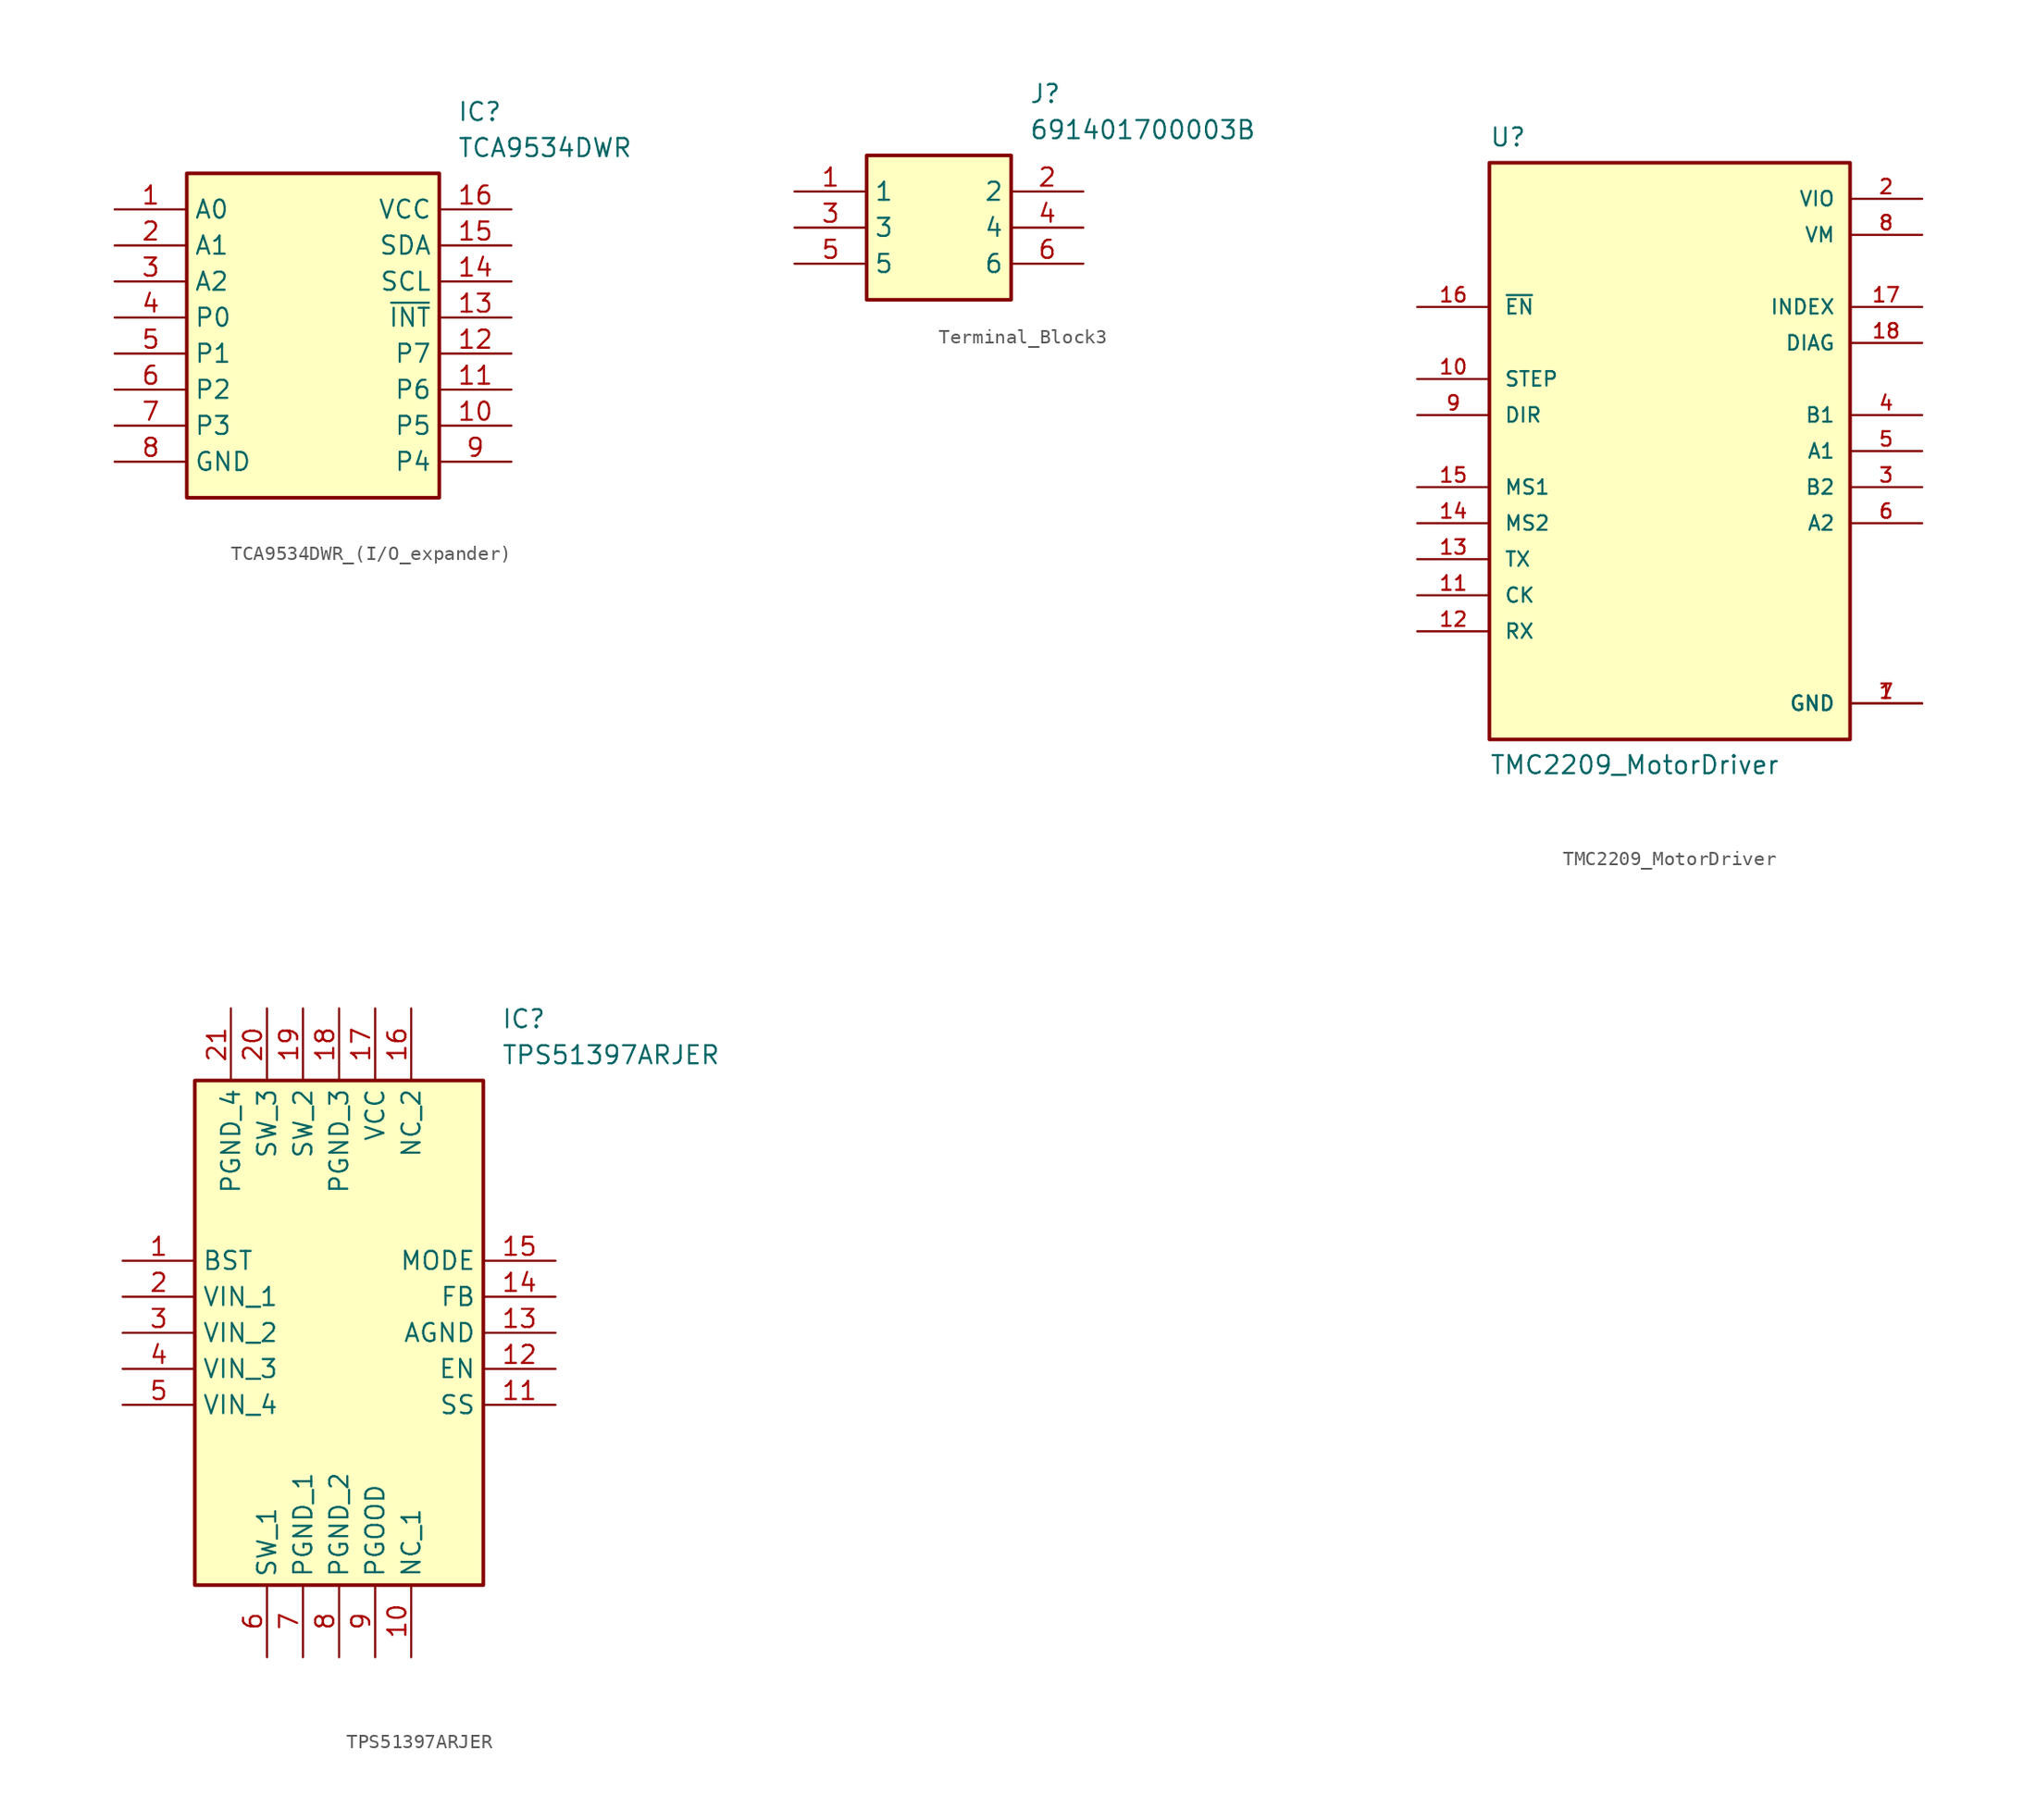
<source format=kicad_sym>
(kicad_symbol_lib
  (version 20220914)
  (generator kicad_symbol_editor)
  (symbol "TCA9534DWR_(I/O_expander)"
    (property "Reference" "IC"
      (at 24.13 7.62 0)
      (effects (font (size 1.27 1.27)) (justify left top)))
    (property "Value" "TCA9534DWR"
      (at 24.13 5.08 0)
      (effects (font (size 1.27 1.27)) (justify left top)))
    (symbol "TCA9534DWR_(I/O_expander)_1_1"
      (rectangle (start 5.08 2.54) (end 22.86 -20.32) (stroke (width 0.254) (type default)) (fill (type background)))
      (pin passive line (at 0 0 0) (length 5.08) (name "A0" (effects (font (size 1.27 1.27)))) (number "1" (effects (font (size 1.27 1.27)))))
      (pin passive line (at 27.94 -15.24 180) (length 5.08) (name "P5" (effects (font (size 1.27 1.27)))) (number "10" (effects (font (size 1.27 1.27)))))
      (pin passive line (at 27.94 -12.7 180) (length 5.08) (name "P6" (effects (font (size 1.27 1.27)))) (number "11" (effects (font (size 1.27 1.27)))))
      (pin passive line (at 27.94 -10.16 180) (length 5.08) (name "P7" (effects (font (size 1.27 1.27)))) (number "12" (effects (font (size 1.27 1.27)))))
      (pin passive line (at 27.94 -7.62 180) (length 5.08) (name "~{INT}" (effects (font (size 1.27 1.27)))) (number "13" (effects (font (size 1.27 1.27)))))
      (pin passive line (at 27.94 -5.08 180) (length 5.08) (name "SCL" (effects (font (size 1.27 1.27)))) (number "14" (effects (font (size 1.27 1.27)))))
      (pin passive line (at 27.94 -2.54 180) (length 5.08) (name "SDA" (effects (font (size 1.27 1.27)))) (number "15" (effects (font (size 1.27 1.27)))))
      (pin passive line (at 27.94 0 180) (length 5.08) (name "VCC" (effects (font (size 1.27 1.27)))) (number "16" (effects (font (size 1.27 1.27)))))
      (pin passive line (at 0 -2.54 0) (length 5.08) (name "A1" (effects (font (size 1.27 1.27)))) (number "2" (effects (font (size 1.27 1.27)))))
      (pin passive line (at 0 -5.08 0) (length 5.08) (name "A2" (effects (font (size 1.27 1.27)))) (number "3" (effects (font (size 1.27 1.27)))))
      (pin passive line (at 0 -7.62 0) (length 5.08) (name "P0" (effects (font (size 1.27 1.27)))) (number "4" (effects (font (size 1.27 1.27)))))
      (pin passive line (at 0 -10.16 0) (length 5.08) (name "P1" (effects (font (size 1.27 1.27)))) (number "5" (effects (font (size 1.27 1.27)))))
      (pin passive line (at 0 -12.7 0) (length 5.08) (name "P2" (effects (font (size 1.27 1.27)))) (number "6" (effects (font (size 1.27 1.27)))))
      (pin passive line (at 0 -15.24 0) (length 5.08) (name "P3" (effects (font (size 1.27 1.27)))) (number "7" (effects (font (size 1.27 1.27)))))
      (pin passive line (at 0 -17.78 0) (length 5.08) (name "GND" (effects (font (size 1.27 1.27)))) (number "8" (effects (font (size 1.27 1.27)))))
      (pin passive line (at 27.94 -17.78 180) (length 5.08) (name "P4" (effects (font (size 1.27 1.27)))) (number "9" (effects (font (size 1.27 1.27)))))))
  (symbol "Terminal_Block3"
    (property "Reference" "J"
      (at 16.51 7.62 0)
      (effects (font (size 1.27 1.27)) (justify left top)))
    (property "Value" "691401700003B"
      (at 16.51 5.08 0)
      (effects (font (size 1.27 1.27)) (justify left top)))
    (symbol "Terminal_Block3_1_1"
      (rectangle (start 5.08 2.54) (end 15.24 -7.62) (stroke (width 0.254) (type default)) (fill (type background)))
      (pin passive line (at 0 0 0) (length 5.08) (name "1" (effects (font (size 1.27 1.27)))) (number "1" (effects (font (size 1.27 1.27)))))
      (pin passive line (at 20.32 0 180) (length 5.08) (name "2" (effects (font (size 1.27 1.27)))) (number "2" (effects (font (size 1.27 1.27)))))
      (pin passive line (at 0 -2.54 0) (length 5.08) (name "3" (effects (font (size 1.27 1.27)))) (number "3" (effects (font (size 1.27 1.27)))))
      (pin passive line (at 20.32 -2.54 180) (length 5.08) (name "4" (effects (font (size 1.27 1.27)))) (number "4" (effects (font (size 1.27 1.27)))))
      (pin passive line (at 0 -5.08 0) (length 5.08) (name "5" (effects (font (size 1.27 1.27)))) (number "5" (effects (font (size 1.27 1.27)))))
      (pin passive line (at 20.32 -5.08 180) (length 5.08) (name "6" (effects (font (size 1.27 1.27)))) (number "6" (effects (font (size 1.27 1.27)))))))
  (symbol "TMC2209_MotorDriver"
    (pin_names
      (offset 1.016))
    (property "Reference" "U"
      (at -12.7 22.86 0)
      (effects (font (size 1.27 1.27)) (justify left top)))
    (property "Value" "TMC2209_MotorDriver"
      (at -12.7 -22.86 0)
      (effects (font (size 1.27 1.27)) (justify left bottom)))
    (symbol "TMC2209_MotorDriver_0_0"
      (rectangle (start -12.7 20.32) (end 12.7 -20.32) (stroke (width 0.254) (type default)) (fill (type background)))
      (pin power_in line (at 17.78 -17.78 180) (length 5.08) (name "GND" (effects (font (size 1.016 1.016)))) (number "1" (effects (font (size 1.016 1.016)))))
      (pin input line (at -17.78 5.08 0) (length 5.08) (name "STEP" (effects (font (size 1.016 1.016)))) (number "10" (effects (font (size 1.016 1.016)))))
      (pin bidirectional line (at -17.78 -10.16 0) (length 5.08) (name "CK" (effects (font (size 1.016 1.016)))) (number "11" (effects (font (size 1.016 1.016)))))
      (pin bidirectional line (at -17.78 -12.7 0) (length 5.08) (name "RX" (effects (font (size 1.016 1.016)))) (number "12" (effects (font (size 1.016 1.016)))))
      (pin input line (at -17.78 -7.62 0) (length 5.08) (name "TX" (effects (font (size 1.016 1.016)))) (number "13" (effects (font (size 1.016 1.016)))))
      (pin input line (at -17.78 -5.08 0) (length 5.08) (name "MS2" (effects (font (size 1.016 1.016)))) (number "14" (effects (font (size 1.016 1.016)))))
      (pin input line (at -17.78 -2.54 0) (length 5.08) (name "MS1" (effects (font (size 1.016 1.016)))) (number "15" (effects (font (size 1.016 1.016)))))
      (pin input line (at -17.78 10.16 0) (length 5.08) (name "~{EN}" (effects (font (size 1.016 1.016)))) (number "16" (effects (font (size 1.016 1.016)))))
      (pin output line (at 17.78 10.16 180) (length 5.08) (name "INDEX" (effects (font (size 1.016 1.016)))) (number "17" (effects (font (size 1.016 1.016)))))
      (pin output line (at 17.78 7.62 180) (length 5.08) (name "DIAG" (effects (font (size 1.016 1.016)))) (number "18" (effects (font (size 1.016 1.016)))))
      (pin power_in line (at 17.78 17.78 180) (length 5.08) (name "VIO" (effects (font (size 1.016 1.016)))) (number "2" (effects (font (size 1.016 1.016)))))
      (pin output line (at 17.78 -2.54 180) (length 5.08) (name "B2" (effects (font (size 1.016 1.016)))) (number "3" (effects (font (size 1.016 1.016)))))
      (pin output line (at 17.78 2.54 180) (length 5.08) (name "B1" (effects (font (size 1.016 1.016)))) (number "4" (effects (font (size 1.016 1.016)))))
      (pin output line (at 17.78 0 180) (length 5.08) (name "A1" (effects (font (size 1.016 1.016)))) (number "5" (effects (font (size 1.016 1.016)))))
      (pin output line (at 17.78 -5.08 180) (length 5.08) (name "A2" (effects (font (size 1.016 1.016)))) (number "6" (effects (font (size 1.016 1.016)))))
      (pin power_in line (at 17.78 -17.78 180) (length 5.08) (name "GND" (effects (font (size 1.016 1.016)))) (number "7" (effects (font (size 1.016 1.016)))))
      (pin power_in line (at 17.78 15.24 180) (length 5.08) (name "VM" (effects (font (size 1.016 1.016)))) (number "8" (effects (font (size 1.016 1.016)))))
      (pin input line (at -17.78 2.54 0) (length 5.08) (name "DIR" (effects (font (size 1.016 1.016)))) (number "9" (effects (font (size 1.016 1.016)))))))
  (symbol "TPS51397ARJER"
    (property "Reference" "IC"
      (at 26.67 17.78 0)
      (effects (font (size 1.27 1.27)) (justify left top)))
    (property "Value" "TPS51397ARJER"
      (at 26.67 15.24 0)
      (effects (font (size 1.27 1.27)) (justify left top)))
    (symbol "TPS51397ARJER_1_1"
      (rectangle (start 5.08 12.7) (end 25.4 -22.86) (stroke (width 0.254) (type default)) (fill (type background)))
      (pin passive line (at 0 0 0) (length 5.08) (name "BST" (effects (font (size 1.27 1.27)))) (number "1" (effects (font (size 1.27 1.27)))))
      (pin passive line (at 20.32 -27.94 90) (length 5.08) (name "NC_1" (effects (font (size 1.27 1.27)))) (number "10" (effects (font (size 1.27 1.27)))))
      (pin passive line (at 30.48 -10.16 180) (length 5.08) (name "SS" (effects (font (size 1.27 1.27)))) (number "11" (effects (font (size 1.27 1.27)))))
      (pin passive line (at 30.48 -7.62 180) (length 5.08) (name "EN" (effects (font (size 1.27 1.27)))) (number "12" (effects (font (size 1.27 1.27)))))
      (pin passive line (at 30.48 -5.08 180) (length 5.08) (name "AGND" (effects (font (size 1.27 1.27)))) (number "13" (effects (font (size 1.27 1.27)))))
      (pin passive line (at 30.48 -2.54 180) (length 5.08) (name "FB" (effects (font (size 1.27 1.27)))) (number "14" (effects (font (size 1.27 1.27)))))
      (pin passive line (at 30.48 0 180) (length 5.08) (name "MODE" (effects (font (size 1.27 1.27)))) (number "15" (effects (font (size 1.27 1.27)))))
      (pin passive line (at 20.32 17.78 270) (length 5.08) (name "NC_2" (effects (font (size 1.27 1.27)))) (number "16" (effects (font (size 1.27 1.27)))))
      (pin passive line (at 17.78 17.78 270) (length 5.08) (name "VCC" (effects (font (size 1.27 1.27)))) (number "17" (effects (font (size 1.27 1.27)))))
      (pin passive line (at 15.24 17.78 270) (length 5.08) (name "PGND_3" (effects (font (size 1.27 1.27)))) (number "18" (effects (font (size 1.27 1.27)))))
      (pin passive line (at 12.7 17.78 270) (length 5.08) (name "SW_2" (effects (font (size 1.27 1.27)))) (number "19" (effects (font (size 1.27 1.27)))))
      (pin passive line (at 0 -2.54 0) (length 5.08) (name "VIN_1" (effects (font (size 1.27 1.27)))) (number "2" (effects (font (size 1.27 1.27)))))
      (pin passive line (at 10.16 17.78 270) (length 5.08) (name "SW_3" (effects (font (size 1.27 1.27)))) (number "20" (effects (font (size 1.27 1.27)))))
      (pin passive line (at 7.62 17.78 270) (length 5.08) (name "PGND_4" (effects (font (size 1.27 1.27)))) (number "21" (effects (font (size 1.27 1.27)))))
      (pin passive line (at 0 -5.08 0) (length 5.08) (name "VIN_2" (effects (font (size 1.27 1.27)))) (number "3" (effects (font (size 1.27 1.27)))))
      (pin passive line (at 0 -7.62 0) (length 5.08) (name "VIN_3" (effects (font (size 1.27 1.27)))) (number "4" (effects (font (size 1.27 1.27)))))
      (pin passive line (at 0 -10.16 0) (length 5.08) (name "VIN_4" (effects (font (size 1.27 1.27)))) (number "5" (effects (font (size 1.27 1.27)))))
      (pin passive line (at 10.16 -27.94 90) (length 5.08) (name "SW_1" (effects (font (size 1.27 1.27)))) (number "6" (effects (font (size 1.27 1.27)))))
      (pin passive line (at 12.7 -27.94 90) (length 5.08) (name "PGND_1" (effects (font (size 1.27 1.27)))) (number "7" (effects (font (size 1.27 1.27)))))
      (pin passive line (at 15.24 -27.94 90) (length 5.08) (name "PGND_2" (effects (font (size 1.27 1.27)))) (number "8" (effects (font (size 1.27 1.27)))))
      (pin passive line (at 17.78 -27.94 90) (length 5.08) (name "PGOOD" (effects (font (size 1.27 1.27)))) (number "9" (effects (font (size 1.27 1.27))))))))
</source>
